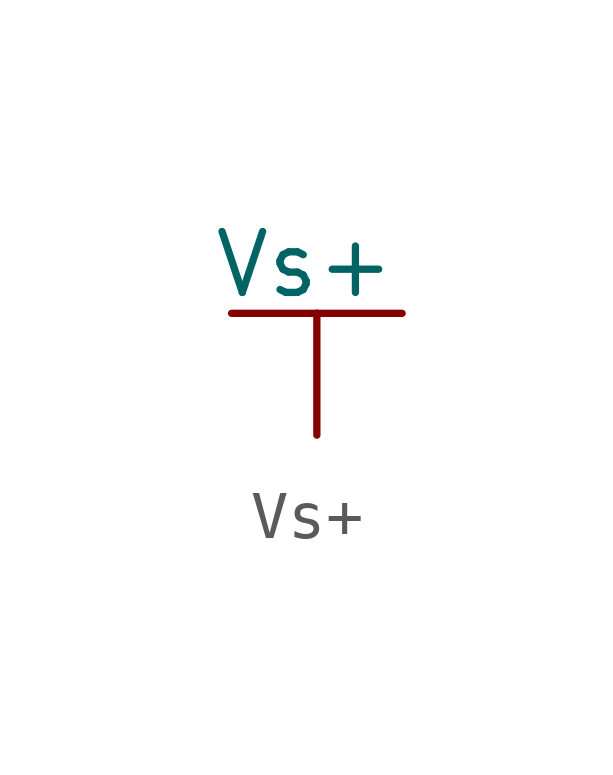
<source format=kicad_sym>
(kicad_symbol_lib
  (version 20220914)
  (generator kicad_symbol_editor)
  (symbol "Vs+"
    (power)
    (pin_numbers hide)
    (pin_names
      (offset 0) hide)
    (property "Reference" "#PWR"
      (at 0 -3.81 0)
      (effects (font (size 1.27 1.27)) hide))
    (property "Value" "Vs+"
      (at -0.254 3.556 0)
      (effects (font (size 1.27 1.27))))
    (property "Footprint" ""
      (at 0 0 0)
      (effects (font (size 1.524 1.524))))
    (property "Datasheet" ""
      (at 0 0 0)
      (effects (font (size 1.524 1.524))))
    (symbol "Vs+_0_1"
      (polyline (pts (xy -1.778 2.54) (xy 0 2.54)) (stroke (width 0) (type default)) (fill (type none)))
      (polyline (pts (xy 0 0) (xy 0 2.54)) (stroke (width 0) (type default)) (fill (type none)))
      (polyline (pts (xy 0 2.54) (xy 1.778 2.54)) (stroke (width 0) (type default)) (fill (type none))))
    (symbol "Vs+_1_1"
      (pin power_in line (at 0 0 90) (length 0) hide (name "Vs+" (effects (font (size 1.27 1.27)))) (number "1" (effects (font (size 1.27 1.27))))))))
</source>
